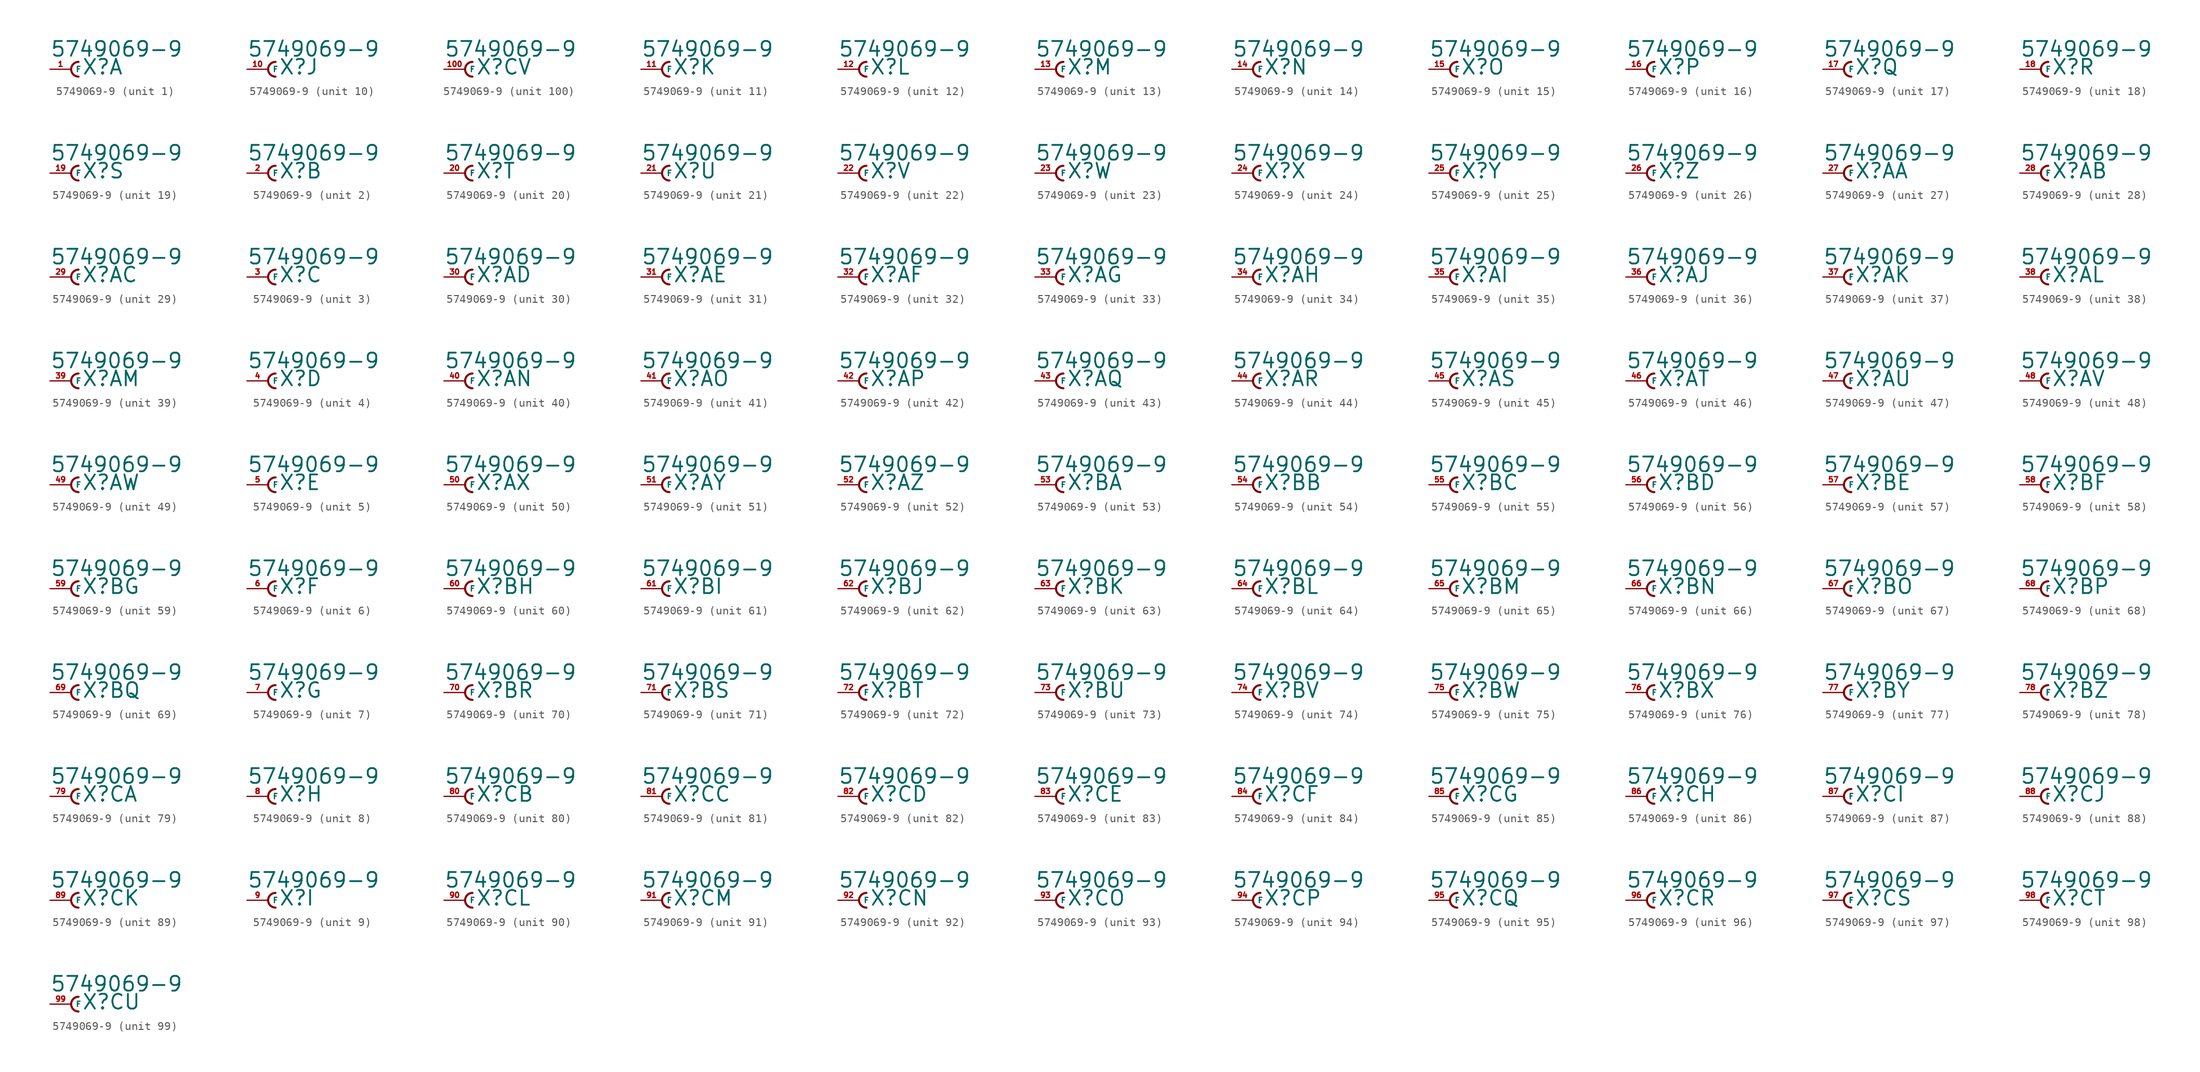
<source format=kicad_sym>
(kicad_symbol_lib
  (version 20220914)
  (generator Eagle2Kicad)
  (symbol "5749069-9"
    (property "Reference" "X"
      (at 1.27 -0.762 0)
      (effects (font (size 1.778 1.778) (thickness 0.22)) (justify left bottom)))
    (property "Value" "5749069-9"
      (at -2.54 1.397 0)
      (effects (font (size 1.778 1.778) (thickness 0.22)) (justify left bottom)))
    (symbol "5749069-9_1_0"
      (arc (start 0.889 0.889) (mid 0.000 0.000) (end 0.889 -0.889) (stroke (width 0.254) (type default)) (fill (type none)))
      (pin passive line (at -2.54 0 0) (length 2.54) (name "F" (effects (font (size 0.635 0.635) (thickness 0.08)) (justify left bottom))) (number "1" (effects (font (size 0.635 0.635) (thickness 0.08)) (justify left bottom)))))
    (symbol "5749069-9_2_0"
      (arc (start 0.889 0.889) (mid 0.000 0.000) (end 0.889 -0.889) (stroke (width 0.254) (type default)) (fill (type none)))
      (pin passive line (at -2.54 0 0) (length 2.54) (name "F" (effects (font (size 0.635 0.635) (thickness 0.08)) (justify left bottom))) (number "2" (effects (font (size 0.635 0.635) (thickness 0.08)) (justify left bottom)))))
    (symbol "5749069-9_3_0"
      (arc (start 0.889 0.889) (mid 0.000 0.000) (end 0.889 -0.889) (stroke (width 0.254) (type default)) (fill (type none)))
      (pin passive line (at -2.54 0 0) (length 2.54) (name "F" (effects (font (size 0.635 0.635) (thickness 0.08)) (justify left bottom))) (number "3" (effects (font (size 0.635 0.635) (thickness 0.08)) (justify left bottom)))))
    (symbol "5749069-9_4_0"
      (arc (start 0.889 0.889) (mid 0.000 0.000) (end 0.889 -0.889) (stroke (width 0.254) (type default)) (fill (type none)))
      (pin passive line (at -2.54 0 0) (length 2.54) (name "F" (effects (font (size 0.635 0.635) (thickness 0.08)) (justify left bottom))) (number "4" (effects (font (size 0.635 0.635) (thickness 0.08)) (justify left bottom)))))
    (symbol "5749069-9_5_0"
      (arc (start 0.889 0.889) (mid 0.000 0.000) (end 0.889 -0.889) (stroke (width 0.254) (type default)) (fill (type none)))
      (pin passive line (at -2.54 0 0) (length 2.54) (name "F" (effects (font (size 0.635 0.635) (thickness 0.08)) (justify left bottom))) (number "5" (effects (font (size 0.635 0.635) (thickness 0.08)) (justify left bottom)))))
    (symbol "5749069-9_6_0"
      (arc (start 0.889 0.889) (mid 0.000 0.000) (end 0.889 -0.889) (stroke (width 0.254) (type default)) (fill (type none)))
      (pin passive line (at -2.54 0 0) (length 2.54) (name "F" (effects (font (size 0.635 0.635) (thickness 0.08)) (justify left bottom))) (number "6" (effects (font (size 0.635 0.635) (thickness 0.08)) (justify left bottom)))))
    (symbol "5749069-9_7_0"
      (arc (start 0.889 0.889) (mid 0.000 0.000) (end 0.889 -0.889) (stroke (width 0.254) (type default)) (fill (type none)))
      (pin passive line (at -2.54 0 0) (length 2.54) (name "F" (effects (font (size 0.635 0.635) (thickness 0.08)) (justify left bottom))) (number "7" (effects (font (size 0.635 0.635) (thickness 0.08)) (justify left bottom)))))
    (symbol "5749069-9_8_0"
      (arc (start 0.889 0.889) (mid 0.000 0.000) (end 0.889 -0.889) (stroke (width 0.254) (type default)) (fill (type none)))
      (pin passive line (at -2.54 0 0) (length 2.54) (name "F" (effects (font (size 0.635 0.635) (thickness 0.08)) (justify left bottom))) (number "8" (effects (font (size 0.635 0.635) (thickness 0.08)) (justify left bottom)))))
    (symbol "5749069-9_9_0"
      (arc (start 0.889 0.889) (mid 0.000 0.000) (end 0.889 -0.889) (stroke (width 0.254) (type default)) (fill (type none)))
      (pin passive line (at -2.54 0 0) (length 2.54) (name "F" (effects (font (size 0.635 0.635) (thickness 0.08)) (justify left bottom))) (number "9" (effects (font (size 0.635 0.635) (thickness 0.08)) (justify left bottom)))))
    (symbol "5749069-9_10_0"
      (arc (start 0.889 0.889) (mid 0.000 0.000) (end 0.889 -0.889) (stroke (width 0.254) (type default)) (fill (type none)))
      (pin passive line (at -2.54 0 0) (length 2.54) (name "F" (effects (font (size 0.635 0.635) (thickness 0.08)) (justify left bottom))) (number "10" (effects (font (size 0.635 0.635) (thickness 0.08)) (justify left bottom)))))
    (symbol "5749069-9_11_0"
      (arc (start 0.889 0.889) (mid 0.000 0.000) (end 0.889 -0.889) (stroke (width 0.254) (type default)) (fill (type none)))
      (pin passive line (at -2.54 0 0) (length 2.54) (name "F" (effects (font (size 0.635 0.635) (thickness 0.08)) (justify left bottom))) (number "11" (effects (font (size 0.635 0.635) (thickness 0.08)) (justify left bottom)))))
    (symbol "5749069-9_12_0"
      (arc (start 0.889 0.889) (mid 0.000 0.000) (end 0.889 -0.889) (stroke (width 0.254) (type default)) (fill (type none)))
      (pin passive line (at -2.54 0 0) (length 2.54) (name "F" (effects (font (size 0.635 0.635) (thickness 0.08)) (justify left bottom))) (number "12" (effects (font (size 0.635 0.635) (thickness 0.08)) (justify left bottom)))))
    (symbol "5749069-9_13_0"
      (arc (start 0.889 0.889) (mid 0.000 0.000) (end 0.889 -0.889) (stroke (width 0.254) (type default)) (fill (type none)))
      (pin passive line (at -2.54 0 0) (length 2.54) (name "F" (effects (font (size 0.635 0.635) (thickness 0.08)) (justify left bottom))) (number "13" (effects (font (size 0.635 0.635) (thickness 0.08)) (justify left bottom)))))
    (symbol "5749069-9_14_0"
      (arc (start 0.889 0.889) (mid 0.000 0.000) (end 0.889 -0.889) (stroke (width 0.254) (type default)) (fill (type none)))
      (pin passive line (at -2.54 0 0) (length 2.54) (name "F" (effects (font (size 0.635 0.635) (thickness 0.08)) (justify left bottom))) (number "14" (effects (font (size 0.635 0.635) (thickness 0.08)) (justify left bottom)))))
    (symbol "5749069-9_15_0"
      (arc (start 0.889 0.889) (mid 0.000 0.000) (end 0.889 -0.889) (stroke (width 0.254) (type default)) (fill (type none)))
      (pin passive line (at -2.54 0 0) (length 2.54) (name "F" (effects (font (size 0.635 0.635) (thickness 0.08)) (justify left bottom))) (number "15" (effects (font (size 0.635 0.635) (thickness 0.08)) (justify left bottom)))))
    (symbol "5749069-9_16_0"
      (arc (start 0.889 0.889) (mid 0.000 0.000) (end 0.889 -0.889) (stroke (width 0.254) (type default)) (fill (type none)))
      (pin passive line (at -2.54 0 0) (length 2.54) (name "F" (effects (font (size 0.635 0.635) (thickness 0.08)) (justify left bottom))) (number "16" (effects (font (size 0.635 0.635) (thickness 0.08)) (justify left bottom)))))
    (symbol "5749069-9_17_0"
      (arc (start 0.889 0.889) (mid 0.000 0.000) (end 0.889 -0.889) (stroke (width 0.254) (type default)) (fill (type none)))
      (pin passive line (at -2.54 0 0) (length 2.54) (name "F" (effects (font (size 0.635 0.635) (thickness 0.08)) (justify left bottom))) (number "17" (effects (font (size 0.635 0.635) (thickness 0.08)) (justify left bottom)))))
    (symbol "5749069-9_18_0"
      (arc (start 0.889 0.889) (mid 0.000 0.000) (end 0.889 -0.889) (stroke (width 0.254) (type default)) (fill (type none)))
      (pin passive line (at -2.54 0 0) (length 2.54) (name "F" (effects (font (size 0.635 0.635) (thickness 0.08)) (justify left bottom))) (number "18" (effects (font (size 0.635 0.635) (thickness 0.08)) (justify left bottom)))))
    (symbol "5749069-9_19_0"
      (arc (start 0.889 0.889) (mid 0.000 0.000) (end 0.889 -0.889) (stroke (width 0.254) (type default)) (fill (type none)))
      (pin passive line (at -2.54 0 0) (length 2.54) (name "F" (effects (font (size 0.635 0.635) (thickness 0.08)) (justify left bottom))) (number "19" (effects (font (size 0.635 0.635) (thickness 0.08)) (justify left bottom)))))
    (symbol "5749069-9_20_0"
      (arc (start 0.889 0.889) (mid 0.000 0.000) (end 0.889 -0.889) (stroke (width 0.254) (type default)) (fill (type none)))
      (pin passive line (at -2.54 0 0) (length 2.54) (name "F" (effects (font (size 0.635 0.635) (thickness 0.08)) (justify left bottom))) (number "20" (effects (font (size 0.635 0.635) (thickness 0.08)) (justify left bottom)))))
    (symbol "5749069-9_21_0"
      (arc (start 0.889 0.889) (mid 0.000 0.000) (end 0.889 -0.889) (stroke (width 0.254) (type default)) (fill (type none)))
      (pin passive line (at -2.54 0 0) (length 2.54) (name "F" (effects (font (size 0.635 0.635) (thickness 0.08)) (justify left bottom))) (number "21" (effects (font (size 0.635 0.635) (thickness 0.08)) (justify left bottom)))))
    (symbol "5749069-9_22_0"
      (arc (start 0.889 0.889) (mid 0.000 0.000) (end 0.889 -0.889) (stroke (width 0.254) (type default)) (fill (type none)))
      (pin passive line (at -2.54 0 0) (length 2.54) (name "F" (effects (font (size 0.635 0.635) (thickness 0.08)) (justify left bottom))) (number "22" (effects (font (size 0.635 0.635) (thickness 0.08)) (justify left bottom)))))
    (symbol "5749069-9_23_0"
      (arc (start 0.889 0.889) (mid 0.000 0.000) (end 0.889 -0.889) (stroke (width 0.254) (type default)) (fill (type none)))
      (pin passive line (at -2.54 0 0) (length 2.54) (name "F" (effects (font (size 0.635 0.635) (thickness 0.08)) (justify left bottom))) (number "23" (effects (font (size 0.635 0.635) (thickness 0.08)) (justify left bottom)))))
    (symbol "5749069-9_24_0"
      (arc (start 0.889 0.889) (mid 0.000 0.000) (end 0.889 -0.889) (stroke (width 0.254) (type default)) (fill (type none)))
      (pin passive line (at -2.54 0 0) (length 2.54) (name "F" (effects (font (size 0.635 0.635) (thickness 0.08)) (justify left bottom))) (number "24" (effects (font (size 0.635 0.635) (thickness 0.08)) (justify left bottom)))))
    (symbol "5749069-9_25_0"
      (arc (start 0.889 0.889) (mid 0.000 0.000) (end 0.889 -0.889) (stroke (width 0.254) (type default)) (fill (type none)))
      (pin passive line (at -2.54 0 0) (length 2.54) (name "F" (effects (font (size 0.635 0.635) (thickness 0.08)) (justify left bottom))) (number "25" (effects (font (size 0.635 0.635) (thickness 0.08)) (justify left bottom)))))
    (symbol "5749069-9_26_0"
      (arc (start 0.889 0.889) (mid 0.000 0.000) (end 0.889 -0.889) (stroke (width 0.254) (type default)) (fill (type none)))
      (pin passive line (at -2.54 0 0) (length 2.54) (name "F" (effects (font (size 0.635 0.635) (thickness 0.08)) (justify left bottom))) (number "26" (effects (font (size 0.635 0.635) (thickness 0.08)) (justify left bottom)))))
    (symbol "5749069-9_27_0"
      (arc (start 0.889 0.889) (mid 0.000 0.000) (end 0.889 -0.889) (stroke (width 0.254) (type default)) (fill (type none)))
      (pin passive line (at -2.54 0 0) (length 2.54) (name "F" (effects (font (size 0.635 0.635) (thickness 0.08)) (justify left bottom))) (number "27" (effects (font (size 0.635 0.635) (thickness 0.08)) (justify left bottom)))))
    (symbol "5749069-9_28_0"
      (arc (start 0.889 0.889) (mid 0.000 0.000) (end 0.889 -0.889) (stroke (width 0.254) (type default)) (fill (type none)))
      (pin passive line (at -2.54 0 0) (length 2.54) (name "F" (effects (font (size 0.635 0.635) (thickness 0.08)) (justify left bottom))) (number "28" (effects (font (size 0.635 0.635) (thickness 0.08)) (justify left bottom)))))
    (symbol "5749069-9_29_0"
      (arc (start 0.889 0.889) (mid 0.000 0.000) (end 0.889 -0.889) (stroke (width 0.254) (type default)) (fill (type none)))
      (pin passive line (at -2.54 0 0) (length 2.54) (name "F" (effects (font (size 0.635 0.635) (thickness 0.08)) (justify left bottom))) (number "29" (effects (font (size 0.635 0.635) (thickness 0.08)) (justify left bottom)))))
    (symbol "5749069-9_30_0"
      (arc (start 0.889 0.889) (mid 0.000 0.000) (end 0.889 -0.889) (stroke (width 0.254) (type default)) (fill (type none)))
      (pin passive line (at -2.54 0 0) (length 2.54) (name "F" (effects (font (size 0.635 0.635) (thickness 0.08)) (justify left bottom))) (number "30" (effects (font (size 0.635 0.635) (thickness 0.08)) (justify left bottom)))))
    (symbol "5749069-9_31_0"
      (arc (start 0.889 0.889) (mid 0.000 0.000) (end 0.889 -0.889) (stroke (width 0.254) (type default)) (fill (type none)))
      (pin passive line (at -2.54 0 0) (length 2.54) (name "F" (effects (font (size 0.635 0.635) (thickness 0.08)) (justify left bottom))) (number "31" (effects (font (size 0.635 0.635) (thickness 0.08)) (justify left bottom)))))
    (symbol "5749069-9_32_0"
      (arc (start 0.889 0.889) (mid 0.000 0.000) (end 0.889 -0.889) (stroke (width 0.254) (type default)) (fill (type none)))
      (pin passive line (at -2.54 0 0) (length 2.54) (name "F" (effects (font (size 0.635 0.635) (thickness 0.08)) (justify left bottom))) (number "32" (effects (font (size 0.635 0.635) (thickness 0.08)) (justify left bottom)))))
    (symbol "5749069-9_33_0"
      (arc (start 0.889 0.889) (mid 0.000 0.000) (end 0.889 -0.889) (stroke (width 0.254) (type default)) (fill (type none)))
      (pin passive line (at -2.54 0 0) (length 2.54) (name "F" (effects (font (size 0.635 0.635) (thickness 0.08)) (justify left bottom))) (number "33" (effects (font (size 0.635 0.635) (thickness 0.08)) (justify left bottom)))))
    (symbol "5749069-9_34_0"
      (arc (start 0.889 0.889) (mid 0.000 0.000) (end 0.889 -0.889) (stroke (width 0.254) (type default)) (fill (type none)))
      (pin passive line (at -2.54 0 0) (length 2.54) (name "F" (effects (font (size 0.635 0.635) (thickness 0.08)) (justify left bottom))) (number "34" (effects (font (size 0.635 0.635) (thickness 0.08)) (justify left bottom)))))
    (symbol "5749069-9_35_0"
      (arc (start 0.889 0.889) (mid 0.000 0.000) (end 0.889 -0.889) (stroke (width 0.254) (type default)) (fill (type none)))
      (pin passive line (at -2.54 0 0) (length 2.54) (name "F" (effects (font (size 0.635 0.635) (thickness 0.08)) (justify left bottom))) (number "35" (effects (font (size 0.635 0.635) (thickness 0.08)) (justify left bottom)))))
    (symbol "5749069-9_36_0"
      (arc (start 0.889 0.889) (mid 0.000 0.000) (end 0.889 -0.889) (stroke (width 0.254) (type default)) (fill (type none)))
      (pin passive line (at -2.54 0 0) (length 2.54) (name "F" (effects (font (size 0.635 0.635) (thickness 0.08)) (justify left bottom))) (number "36" (effects (font (size 0.635 0.635) (thickness 0.08)) (justify left bottom)))))
    (symbol "5749069-9_37_0"
      (arc (start 0.889 0.889) (mid 0.000 0.000) (end 0.889 -0.889) (stroke (width 0.254) (type default)) (fill (type none)))
      (pin passive line (at -2.54 0 0) (length 2.54) (name "F" (effects (font (size 0.635 0.635) (thickness 0.08)) (justify left bottom))) (number "37" (effects (font (size 0.635 0.635) (thickness 0.08)) (justify left bottom)))))
    (symbol "5749069-9_38_0"
      (arc (start 0.889 0.889) (mid 0.000 0.000) (end 0.889 -0.889) (stroke (width 0.254) (type default)) (fill (type none)))
      (pin passive line (at -2.54 0 0) (length 2.54) (name "F" (effects (font (size 0.635 0.635) (thickness 0.08)) (justify left bottom))) (number "38" (effects (font (size 0.635 0.635) (thickness 0.08)) (justify left bottom)))))
    (symbol "5749069-9_39_0"
      (arc (start 0.889 0.889) (mid 0.000 0.000) (end 0.889 -0.889) (stroke (width 0.254) (type default)) (fill (type none)))
      (pin passive line (at -2.54 0 0) (length 2.54) (name "F" (effects (font (size 0.635 0.635) (thickness 0.08)) (justify left bottom))) (number "39" (effects (font (size 0.635 0.635) (thickness 0.08)) (justify left bottom)))))
    (symbol "5749069-9_40_0"
      (arc (start 0.889 0.889) (mid 0.000 0.000) (end 0.889 -0.889) (stroke (width 0.254) (type default)) (fill (type none)))
      (pin passive line (at -2.54 0 0) (length 2.54) (name "F" (effects (font (size 0.635 0.635) (thickness 0.08)) (justify left bottom))) (number "40" (effects (font (size 0.635 0.635) (thickness 0.08)) (justify left bottom)))))
    (symbol "5749069-9_41_0"
      (arc (start 0.889 0.889) (mid 0.000 0.000) (end 0.889 -0.889) (stroke (width 0.254) (type default)) (fill (type none)))
      (pin passive line (at -2.54 0 0) (length 2.54) (name "F" (effects (font (size 0.635 0.635) (thickness 0.08)) (justify left bottom))) (number "41" (effects (font (size 0.635 0.635) (thickness 0.08)) (justify left bottom)))))
    (symbol "5749069-9_42_0"
      (arc (start 0.889 0.889) (mid 0.000 0.000) (end 0.889 -0.889) (stroke (width 0.254) (type default)) (fill (type none)))
      (pin passive line (at -2.54 0 0) (length 2.54) (name "F" (effects (font (size 0.635 0.635) (thickness 0.08)) (justify left bottom))) (number "42" (effects (font (size 0.635 0.635) (thickness 0.08)) (justify left bottom)))))
    (symbol "5749069-9_43_0"
      (arc (start 0.889 0.889) (mid 0.000 0.000) (end 0.889 -0.889) (stroke (width 0.254) (type default)) (fill (type none)))
      (pin passive line (at -2.54 0 0) (length 2.54) (name "F" (effects (font (size 0.635 0.635) (thickness 0.08)) (justify left bottom))) (number "43" (effects (font (size 0.635 0.635) (thickness 0.08)) (justify left bottom)))))
    (symbol "5749069-9_44_0"
      (arc (start 0.889 0.889) (mid 0.000 0.000) (end 0.889 -0.889) (stroke (width 0.254) (type default)) (fill (type none)))
      (pin passive line (at -2.54 0 0) (length 2.54) (name "F" (effects (font (size 0.635 0.635) (thickness 0.08)) (justify left bottom))) (number "44" (effects (font (size 0.635 0.635) (thickness 0.08)) (justify left bottom)))))
    (symbol "5749069-9_45_0"
      (arc (start 0.889 0.889) (mid 0.000 0.000) (end 0.889 -0.889) (stroke (width 0.254) (type default)) (fill (type none)))
      (pin passive line (at -2.54 0 0) (length 2.54) (name "F" (effects (font (size 0.635 0.635) (thickness 0.08)) (justify left bottom))) (number "45" (effects (font (size 0.635 0.635) (thickness 0.08)) (justify left bottom)))))
    (symbol "5749069-9_46_0"
      (arc (start 0.889 0.889) (mid 0.000 0.000) (end 0.889 -0.889) (stroke (width 0.254) (type default)) (fill (type none)))
      (pin passive line (at -2.54 0 0) (length 2.54) (name "F" (effects (font (size 0.635 0.635) (thickness 0.08)) (justify left bottom))) (number "46" (effects (font (size 0.635 0.635) (thickness 0.08)) (justify left bottom)))))
    (symbol "5749069-9_47_0"
      (arc (start 0.889 0.889) (mid 0.000 0.000) (end 0.889 -0.889) (stroke (width 0.254) (type default)) (fill (type none)))
      (pin passive line (at -2.54 0 0) (length 2.54) (name "F" (effects (font (size 0.635 0.635) (thickness 0.08)) (justify left bottom))) (number "47" (effects (font (size 0.635 0.635) (thickness 0.08)) (justify left bottom)))))
    (symbol "5749069-9_48_0"
      (arc (start 0.889 0.889) (mid 0.000 0.000) (end 0.889 -0.889) (stroke (width 0.254) (type default)) (fill (type none)))
      (pin passive line (at -2.54 0 0) (length 2.54) (name "F" (effects (font (size 0.635 0.635) (thickness 0.08)) (justify left bottom))) (number "48" (effects (font (size 0.635 0.635) (thickness 0.08)) (justify left bottom)))))
    (symbol "5749069-9_49_0"
      (arc (start 0.889 0.889) (mid 0.000 0.000) (end 0.889 -0.889) (stroke (width 0.254) (type default)) (fill (type none)))
      (pin passive line (at -2.54 0 0) (length 2.54) (name "F" (effects (font (size 0.635 0.635) (thickness 0.08)) (justify left bottom))) (number "49" (effects (font (size 0.635 0.635) (thickness 0.08)) (justify left bottom)))))
    (symbol "5749069-9_50_0"
      (arc (start 0.889 0.889) (mid 0.000 0.000) (end 0.889 -0.889) (stroke (width 0.254) (type default)) (fill (type none)))
      (pin passive line (at -2.54 0 0) (length 2.54) (name "F" (effects (font (size 0.635 0.635) (thickness 0.08)) (justify left bottom))) (number "50" (effects (font (size 0.635 0.635) (thickness 0.08)) (justify left bottom)))))
    (symbol "5749069-9_51_0"
      (arc (start 0.889 0.889) (mid 0.000 0.000) (end 0.889 -0.889) (stroke (width 0.254) (type default)) (fill (type none)))
      (pin passive line (at -2.54 0 0) (length 2.54) (name "F" (effects (font (size 0.635 0.635) (thickness 0.08)) (justify left bottom))) (number "51" (effects (font (size 0.635 0.635) (thickness 0.08)) (justify left bottom)))))
    (symbol "5749069-9_52_0"
      (arc (start 0.889 0.889) (mid 0.000 0.000) (end 0.889 -0.889) (stroke (width 0.254) (type default)) (fill (type none)))
      (pin passive line (at -2.54 0 0) (length 2.54) (name "F" (effects (font (size 0.635 0.635) (thickness 0.08)) (justify left bottom))) (number "52" (effects (font (size 0.635 0.635) (thickness 0.08)) (justify left bottom)))))
    (symbol "5749069-9_53_0"
      (arc (start 0.889 0.889) (mid 0.000 0.000) (end 0.889 -0.889) (stroke (width 0.254) (type default)) (fill (type none)))
      (pin passive line (at -2.54 0 0) (length 2.54) (name "F" (effects (font (size 0.635 0.635) (thickness 0.08)) (justify left bottom))) (number "53" (effects (font (size 0.635 0.635) (thickness 0.08)) (justify left bottom)))))
    (symbol "5749069-9_54_0"
      (arc (start 0.889 0.889) (mid 0.000 0.000) (end 0.889 -0.889) (stroke (width 0.254) (type default)) (fill (type none)))
      (pin passive line (at -2.54 0 0) (length 2.54) (name "F" (effects (font (size 0.635 0.635) (thickness 0.08)) (justify left bottom))) (number "54" (effects (font (size 0.635 0.635) (thickness 0.08)) (justify left bottom)))))
    (symbol "5749069-9_55_0"
      (arc (start 0.889 0.889) (mid 0.000 0.000) (end 0.889 -0.889) (stroke (width 0.254) (type default)) (fill (type none)))
      (pin passive line (at -2.54 0 0) (length 2.54) (name "F" (effects (font (size 0.635 0.635) (thickness 0.08)) (justify left bottom))) (number "55" (effects (font (size 0.635 0.635) (thickness 0.08)) (justify left bottom)))))
    (symbol "5749069-9_56_0"
      (arc (start 0.889 0.889) (mid 0.000 0.000) (end 0.889 -0.889) (stroke (width 0.254) (type default)) (fill (type none)))
      (pin passive line (at -2.54 0 0) (length 2.54) (name "F" (effects (font (size 0.635 0.635) (thickness 0.08)) (justify left bottom))) (number "56" (effects (font (size 0.635 0.635) (thickness 0.08)) (justify left bottom)))))
    (symbol "5749069-9_57_0"
      (arc (start 0.889 0.889) (mid 0.000 0.000) (end 0.889 -0.889) (stroke (width 0.254) (type default)) (fill (type none)))
      (pin passive line (at -2.54 0 0) (length 2.54) (name "F" (effects (font (size 0.635 0.635) (thickness 0.08)) (justify left bottom))) (number "57" (effects (font (size 0.635 0.635) (thickness 0.08)) (justify left bottom)))))
    (symbol "5749069-9_58_0"
      (arc (start 0.889 0.889) (mid 0.000 0.000) (end 0.889 -0.889) (stroke (width 0.254) (type default)) (fill (type none)))
      (pin passive line (at -2.54 0 0) (length 2.54) (name "F" (effects (font (size 0.635 0.635) (thickness 0.08)) (justify left bottom))) (number "58" (effects (font (size 0.635 0.635) (thickness 0.08)) (justify left bottom)))))
    (symbol "5749069-9_59_0"
      (arc (start 0.889 0.889) (mid 0.000 0.000) (end 0.889 -0.889) (stroke (width 0.254) (type default)) (fill (type none)))
      (pin passive line (at -2.54 0 0) (length 2.54) (name "F" (effects (font (size 0.635 0.635) (thickness 0.08)) (justify left bottom))) (number "59" (effects (font (size 0.635 0.635) (thickness 0.08)) (justify left bottom)))))
    (symbol "5749069-9_60_0"
      (arc (start 0.889 0.889) (mid 0.000 0.000) (end 0.889 -0.889) (stroke (width 0.254) (type default)) (fill (type none)))
      (pin passive line (at -2.54 0 0) (length 2.54) (name "F" (effects (font (size 0.635 0.635) (thickness 0.08)) (justify left bottom))) (number "60" (effects (font (size 0.635 0.635) (thickness 0.08)) (justify left bottom)))))
    (symbol "5749069-9_61_0"
      (arc (start 0.889 0.889) (mid 0.000 0.000) (end 0.889 -0.889) (stroke (width 0.254) (type default)) (fill (type none)))
      (pin passive line (at -2.54 0 0) (length 2.54) (name "F" (effects (font (size 0.635 0.635) (thickness 0.08)) (justify left bottom))) (number "61" (effects (font (size 0.635 0.635) (thickness 0.08)) (justify left bottom)))))
    (symbol "5749069-9_62_0"
      (arc (start 0.889 0.889) (mid 0.000 0.000) (end 0.889 -0.889) (stroke (width 0.254) (type default)) (fill (type none)))
      (pin passive line (at -2.54 0 0) (length 2.54) (name "F" (effects (font (size 0.635 0.635) (thickness 0.08)) (justify left bottom))) (number "62" (effects (font (size 0.635 0.635) (thickness 0.08)) (justify left bottom)))))
    (symbol "5749069-9_63_0"
      (arc (start 0.889 0.889) (mid 0.000 0.000) (end 0.889 -0.889) (stroke (width 0.254) (type default)) (fill (type none)))
      (pin passive line (at -2.54 0 0) (length 2.54) (name "F" (effects (font (size 0.635 0.635) (thickness 0.08)) (justify left bottom))) (number "63" (effects (font (size 0.635 0.635) (thickness 0.08)) (justify left bottom)))))
    (symbol "5749069-9_64_0"
      (arc (start 0.889 0.889) (mid 0.000 0.000) (end 0.889 -0.889) (stroke (width 0.254) (type default)) (fill (type none)))
      (pin passive line (at -2.54 0 0) (length 2.54) (name "F" (effects (font (size 0.635 0.635) (thickness 0.08)) (justify left bottom))) (number "64" (effects (font (size 0.635 0.635) (thickness 0.08)) (justify left bottom)))))
    (symbol "5749069-9_65_0"
      (arc (start 0.889 0.889) (mid 0.000 0.000) (end 0.889 -0.889) (stroke (width 0.254) (type default)) (fill (type none)))
      (pin passive line (at -2.54 0 0) (length 2.54) (name "F" (effects (font (size 0.635 0.635) (thickness 0.08)) (justify left bottom))) (number "65" (effects (font (size 0.635 0.635) (thickness 0.08)) (justify left bottom)))))
    (symbol "5749069-9_66_0"
      (arc (start 0.889 0.889) (mid 0.000 0.000) (end 0.889 -0.889) (stroke (width 0.254) (type default)) (fill (type none)))
      (pin passive line (at -2.54 0 0) (length 2.54) (name "F" (effects (font (size 0.635 0.635) (thickness 0.08)) (justify left bottom))) (number "66" (effects (font (size 0.635 0.635) (thickness 0.08)) (justify left bottom)))))
    (symbol "5749069-9_67_0"
      (arc (start 0.889 0.889) (mid 0.000 0.000) (end 0.889 -0.889) (stroke (width 0.254) (type default)) (fill (type none)))
      (pin passive line (at -2.54 0 0) (length 2.54) (name "F" (effects (font (size 0.635 0.635) (thickness 0.08)) (justify left bottom))) (number "67" (effects (font (size 0.635 0.635) (thickness 0.08)) (justify left bottom)))))
    (symbol "5749069-9_68_0"
      (arc (start 0.889 0.889) (mid 0.000 0.000) (end 0.889 -0.889) (stroke (width 0.254) (type default)) (fill (type none)))
      (pin passive line (at -2.54 0 0) (length 2.54) (name "F" (effects (font (size 0.635 0.635) (thickness 0.08)) (justify left bottom))) (number "68" (effects (font (size 0.635 0.635) (thickness 0.08)) (justify left bottom)))))
    (symbol "5749069-9_69_0"
      (arc (start 0.889 0.889) (mid 0.000 0.000) (end 0.889 -0.889) (stroke (width 0.254) (type default)) (fill (type none)))
      (pin passive line (at -2.54 0 0) (length 2.54) (name "F" (effects (font (size 0.635 0.635) (thickness 0.08)) (justify left bottom))) (number "69" (effects (font (size 0.635 0.635) (thickness 0.08)) (justify left bottom)))))
    (symbol "5749069-9_70_0"
      (arc (start 0.889 0.889) (mid 0.000 0.000) (end 0.889 -0.889) (stroke (width 0.254) (type default)) (fill (type none)))
      (pin passive line (at -2.54 0 0) (length 2.54) (name "F" (effects (font (size 0.635 0.635) (thickness 0.08)) (justify left bottom))) (number "70" (effects (font (size 0.635 0.635) (thickness 0.08)) (justify left bottom)))))
    (symbol "5749069-9_71_0"
      (arc (start 0.889 0.889) (mid 0.000 0.000) (end 0.889 -0.889) (stroke (width 0.254) (type default)) (fill (type none)))
      (pin passive line (at -2.54 0 0) (length 2.54) (name "F" (effects (font (size 0.635 0.635) (thickness 0.08)) (justify left bottom))) (number "71" (effects (font (size 0.635 0.635) (thickness 0.08)) (justify left bottom)))))
    (symbol "5749069-9_72_0"
      (arc (start 0.889 0.889) (mid 0.000 0.000) (end 0.889 -0.889) (stroke (width 0.254) (type default)) (fill (type none)))
      (pin passive line (at -2.54 0 0) (length 2.54) (name "F" (effects (font (size 0.635 0.635) (thickness 0.08)) (justify left bottom))) (number "72" (effects (font (size 0.635 0.635) (thickness 0.08)) (justify left bottom)))))
    (symbol "5749069-9_73_0"
      (arc (start 0.889 0.889) (mid 0.000 0.000) (end 0.889 -0.889) (stroke (width 0.254) (type default)) (fill (type none)))
      (pin passive line (at -2.54 0 0) (length 2.54) (name "F" (effects (font (size 0.635 0.635) (thickness 0.08)) (justify left bottom))) (number "73" (effects (font (size 0.635 0.635) (thickness 0.08)) (justify left bottom)))))
    (symbol "5749069-9_74_0"
      (arc (start 0.889 0.889) (mid 0.000 0.000) (end 0.889 -0.889) (stroke (width 0.254) (type default)) (fill (type none)))
      (pin passive line (at -2.54 0 0) (length 2.54) (name "F" (effects (font (size 0.635 0.635) (thickness 0.08)) (justify left bottom))) (number "74" (effects (font (size 0.635 0.635) (thickness 0.08)) (justify left bottom)))))
    (symbol "5749069-9_75_0"
      (arc (start 0.889 0.889) (mid 0.000 0.000) (end 0.889 -0.889) (stroke (width 0.254) (type default)) (fill (type none)))
      (pin passive line (at -2.54 0 0) (length 2.54) (name "F" (effects (font (size 0.635 0.635) (thickness 0.08)) (justify left bottom))) (number "75" (effects (font (size 0.635 0.635) (thickness 0.08)) (justify left bottom)))))
    (symbol "5749069-9_76_0"
      (arc (start 0.889 0.889) (mid 0.000 0.000) (end 0.889 -0.889) (stroke (width 0.254) (type default)) (fill (type none)))
      (pin passive line (at -2.54 0 0) (length 2.54) (name "F" (effects (font (size 0.635 0.635) (thickness 0.08)) (justify left bottom))) (number "76" (effects (font (size 0.635 0.635) (thickness 0.08)) (justify left bottom)))))
    (symbol "5749069-9_77_0"
      (arc (start 0.889 0.889) (mid 0.000 0.000) (end 0.889 -0.889) (stroke (width 0.254) (type default)) (fill (type none)))
      (pin passive line (at -2.54 0 0) (length 2.54) (name "F" (effects (font (size 0.635 0.635) (thickness 0.08)) (justify left bottom))) (number "77" (effects (font (size 0.635 0.635) (thickness 0.08)) (justify left bottom)))))
    (symbol "5749069-9_78_0"
      (arc (start 0.889 0.889) (mid 0.000 0.000) (end 0.889 -0.889) (stroke (width 0.254) (type default)) (fill (type none)))
      (pin passive line (at -2.54 0 0) (length 2.54) (name "F" (effects (font (size 0.635 0.635) (thickness 0.08)) (justify left bottom))) (number "78" (effects (font (size 0.635 0.635) (thickness 0.08)) (justify left bottom)))))
    (symbol "5749069-9_79_0"
      (arc (start 0.889 0.889) (mid 0.000 0.000) (end 0.889 -0.889) (stroke (width 0.254) (type default)) (fill (type none)))
      (pin passive line (at -2.54 0 0) (length 2.54) (name "F" (effects (font (size 0.635 0.635) (thickness 0.08)) (justify left bottom))) (number "79" (effects (font (size 0.635 0.635) (thickness 0.08)) (justify left bottom)))))
    (symbol "5749069-9_80_0"
      (arc (start 0.889 0.889) (mid 0.000 0.000) (end 0.889 -0.889) (stroke (width 0.254) (type default)) (fill (type none)))
      (pin passive line (at -2.54 0 0) (length 2.54) (name "F" (effects (font (size 0.635 0.635) (thickness 0.08)) (justify left bottom))) (number "80" (effects (font (size 0.635 0.635) (thickness 0.08)) (justify left bottom)))))
    (symbol "5749069-9_81_0"
      (arc (start 0.889 0.889) (mid 0.000 0.000) (end 0.889 -0.889) (stroke (width 0.254) (type default)) (fill (type none)))
      (pin passive line (at -2.54 0 0) (length 2.54) (name "F" (effects (font (size 0.635 0.635) (thickness 0.08)) (justify left bottom))) (number "81" (effects (font (size 0.635 0.635) (thickness 0.08)) (justify left bottom)))))
    (symbol "5749069-9_82_0"
      (arc (start 0.889 0.889) (mid 0.000 0.000) (end 0.889 -0.889) (stroke (width 0.254) (type default)) (fill (type none)))
      (pin passive line (at -2.54 0 0) (length 2.54) (name "F" (effects (font (size 0.635 0.635) (thickness 0.08)) (justify left bottom))) (number "82" (effects (font (size 0.635 0.635) (thickness 0.08)) (justify left bottom)))))
    (symbol "5749069-9_83_0"
      (arc (start 0.889 0.889) (mid 0.000 0.000) (end 0.889 -0.889) (stroke (width 0.254) (type default)) (fill (type none)))
      (pin passive line (at -2.54 0 0) (length 2.54) (name "F" (effects (font (size 0.635 0.635) (thickness 0.08)) (justify left bottom))) (number "83" (effects (font (size 0.635 0.635) (thickness 0.08)) (justify left bottom)))))
    (symbol "5749069-9_84_0"
      (arc (start 0.889 0.889) (mid 0.000 0.000) (end 0.889 -0.889) (stroke (width 0.254) (type default)) (fill (type none)))
      (pin passive line (at -2.54 0 0) (length 2.54) (name "F" (effects (font (size 0.635 0.635) (thickness 0.08)) (justify left bottom))) (number "84" (effects (font (size 0.635 0.635) (thickness 0.08)) (justify left bottom)))))
    (symbol "5749069-9_85_0"
      (arc (start 0.889 0.889) (mid 0.000 0.000) (end 0.889 -0.889) (stroke (width 0.254) (type default)) (fill (type none)))
      (pin passive line (at -2.54 0 0) (length 2.54) (name "F" (effects (font (size 0.635 0.635) (thickness 0.08)) (justify left bottom))) (number "85" (effects (font (size 0.635 0.635) (thickness 0.08)) (justify left bottom)))))
    (symbol "5749069-9_86_0"
      (arc (start 0.889 0.889) (mid 0.000 0.000) (end 0.889 -0.889) (stroke (width 0.254) (type default)) (fill (type none)))
      (pin passive line (at -2.54 0 0) (length 2.54) (name "F" (effects (font (size 0.635 0.635) (thickness 0.08)) (justify left bottom))) (number "86" (effects (font (size 0.635 0.635) (thickness 0.08)) (justify left bottom)))))
    (symbol "5749069-9_87_0"
      (arc (start 0.889 0.889) (mid 0.000 0.000) (end 0.889 -0.889) (stroke (width 0.254) (type default)) (fill (type none)))
      (pin passive line (at -2.54 0 0) (length 2.54) (name "F" (effects (font (size 0.635 0.635) (thickness 0.08)) (justify left bottom))) (number "87" (effects (font (size 0.635 0.635) (thickness 0.08)) (justify left bottom)))))
    (symbol "5749069-9_88_0"
      (arc (start 0.889 0.889) (mid 0.000 0.000) (end 0.889 -0.889) (stroke (width 0.254) (type default)) (fill (type none)))
      (pin passive line (at -2.54 0 0) (length 2.54) (name "F" (effects (font (size 0.635 0.635) (thickness 0.08)) (justify left bottom))) (number "88" (effects (font (size 0.635 0.635) (thickness 0.08)) (justify left bottom)))))
    (symbol "5749069-9_89_0"
      (arc (start 0.889 0.889) (mid 0.000 0.000) (end 0.889 -0.889) (stroke (width 0.254) (type default)) (fill (type none)))
      (pin passive line (at -2.54 0 0) (length 2.54) (name "F" (effects (font (size 0.635 0.635) (thickness 0.08)) (justify left bottom))) (number "89" (effects (font (size 0.635 0.635) (thickness 0.08)) (justify left bottom)))))
    (symbol "5749069-9_90_0"
      (arc (start 0.889 0.889) (mid 0.000 0.000) (end 0.889 -0.889) (stroke (width 0.254) (type default)) (fill (type none)))
      (pin passive line (at -2.54 0 0) (length 2.54) (name "F" (effects (font (size 0.635 0.635) (thickness 0.08)) (justify left bottom))) (number "90" (effects (font (size 0.635 0.635) (thickness 0.08)) (justify left bottom)))))
    (symbol "5749069-9_91_0"
      (arc (start 0.889 0.889) (mid 0.000 0.000) (end 0.889 -0.889) (stroke (width 0.254) (type default)) (fill (type none)))
      (pin passive line (at -2.54 0 0) (length 2.54) (name "F" (effects (font (size 0.635 0.635) (thickness 0.08)) (justify left bottom))) (number "91" (effects (font (size 0.635 0.635) (thickness 0.08)) (justify left bottom)))))
    (symbol "5749069-9_92_0"
      (arc (start 0.889 0.889) (mid 0.000 0.000) (end 0.889 -0.889) (stroke (width 0.254) (type default)) (fill (type none)))
      (pin passive line (at -2.54 0 0) (length 2.54) (name "F" (effects (font (size 0.635 0.635) (thickness 0.08)) (justify left bottom))) (number "92" (effects (font (size 0.635 0.635) (thickness 0.08)) (justify left bottom)))))
    (symbol "5749069-9_93_0"
      (arc (start 0.889 0.889) (mid 0.000 0.000) (end 0.889 -0.889) (stroke (width 0.254) (type default)) (fill (type none)))
      (pin passive line (at -2.54 0 0) (length 2.54) (name "F" (effects (font (size 0.635 0.635) (thickness 0.08)) (justify left bottom))) (number "93" (effects (font (size 0.635 0.635) (thickness 0.08)) (justify left bottom)))))
    (symbol "5749069-9_94_0"
      (arc (start 0.889 0.889) (mid 0.000 0.000) (end 0.889 -0.889) (stroke (width 0.254) (type default)) (fill (type none)))
      (pin passive line (at -2.54 0 0) (length 2.54) (name "F" (effects (font (size 0.635 0.635) (thickness 0.08)) (justify left bottom))) (number "94" (effects (font (size 0.635 0.635) (thickness 0.08)) (justify left bottom)))))
    (symbol "5749069-9_95_0"
      (arc (start 0.889 0.889) (mid 0.000 0.000) (end 0.889 -0.889) (stroke (width 0.254) (type default)) (fill (type none)))
      (pin passive line (at -2.54 0 0) (length 2.54) (name "F" (effects (font (size 0.635 0.635) (thickness 0.08)) (justify left bottom))) (number "95" (effects (font (size 0.635 0.635) (thickness 0.08)) (justify left bottom)))))
    (symbol "5749069-9_96_0"
      (arc (start 0.889 0.889) (mid 0.000 0.000) (end 0.889 -0.889) (stroke (width 0.254) (type default)) (fill (type none)))
      (pin passive line (at -2.54 0 0) (length 2.54) (name "F" (effects (font (size 0.635 0.635) (thickness 0.08)) (justify left bottom))) (number "96" (effects (font (size 0.635 0.635) (thickness 0.08)) (justify left bottom)))))
    (symbol "5749069-9_97_0"
      (arc (start 0.889 0.889) (mid 0.000 0.000) (end 0.889 -0.889) (stroke (width 0.254) (type default)) (fill (type none)))
      (pin passive line (at -2.54 0 0) (length 2.54) (name "F" (effects (font (size 0.635 0.635) (thickness 0.08)) (justify left bottom))) (number "97" (effects (font (size 0.635 0.635) (thickness 0.08)) (justify left bottom)))))
    (symbol "5749069-9_98_0"
      (arc (start 0.889 0.889) (mid 0.000 0.000) (end 0.889 -0.889) (stroke (width 0.254) (type default)) (fill (type none)))
      (pin passive line (at -2.54 0 0) (length 2.54) (name "F" (effects (font (size 0.635 0.635) (thickness 0.08)) (justify left bottom))) (number "98" (effects (font (size 0.635 0.635) (thickness 0.08)) (justify left bottom)))))
    (symbol "5749069-9_99_0"
      (arc (start 0.889 0.889) (mid 0.000 0.000) (end 0.889 -0.889) (stroke (width 0.254) (type default)) (fill (type none)))
      (pin passive line (at -2.54 0 0) (length 2.54) (name "F" (effects (font (size 0.635 0.635) (thickness 0.08)) (justify left bottom))) (number "99" (effects (font (size 0.635 0.635) (thickness 0.08)) (justify left bottom)))))
    (symbol "5749069-9_100_0"
      (arc (start 0.889 0.889) (mid 0.000 0.000) (end 0.889 -0.889) (stroke (width 0.254) (type default)) (fill (type none)))
      (pin passive line (at -2.54 0 0) (length 2.54) (name "F" (effects (font (size 0.635 0.635) (thickness 0.08)) (justify left bottom))) (number "100" (effects (font (size 0.635 0.635) (thickness 0.08)) (justify left bottom)))))))
</source>
